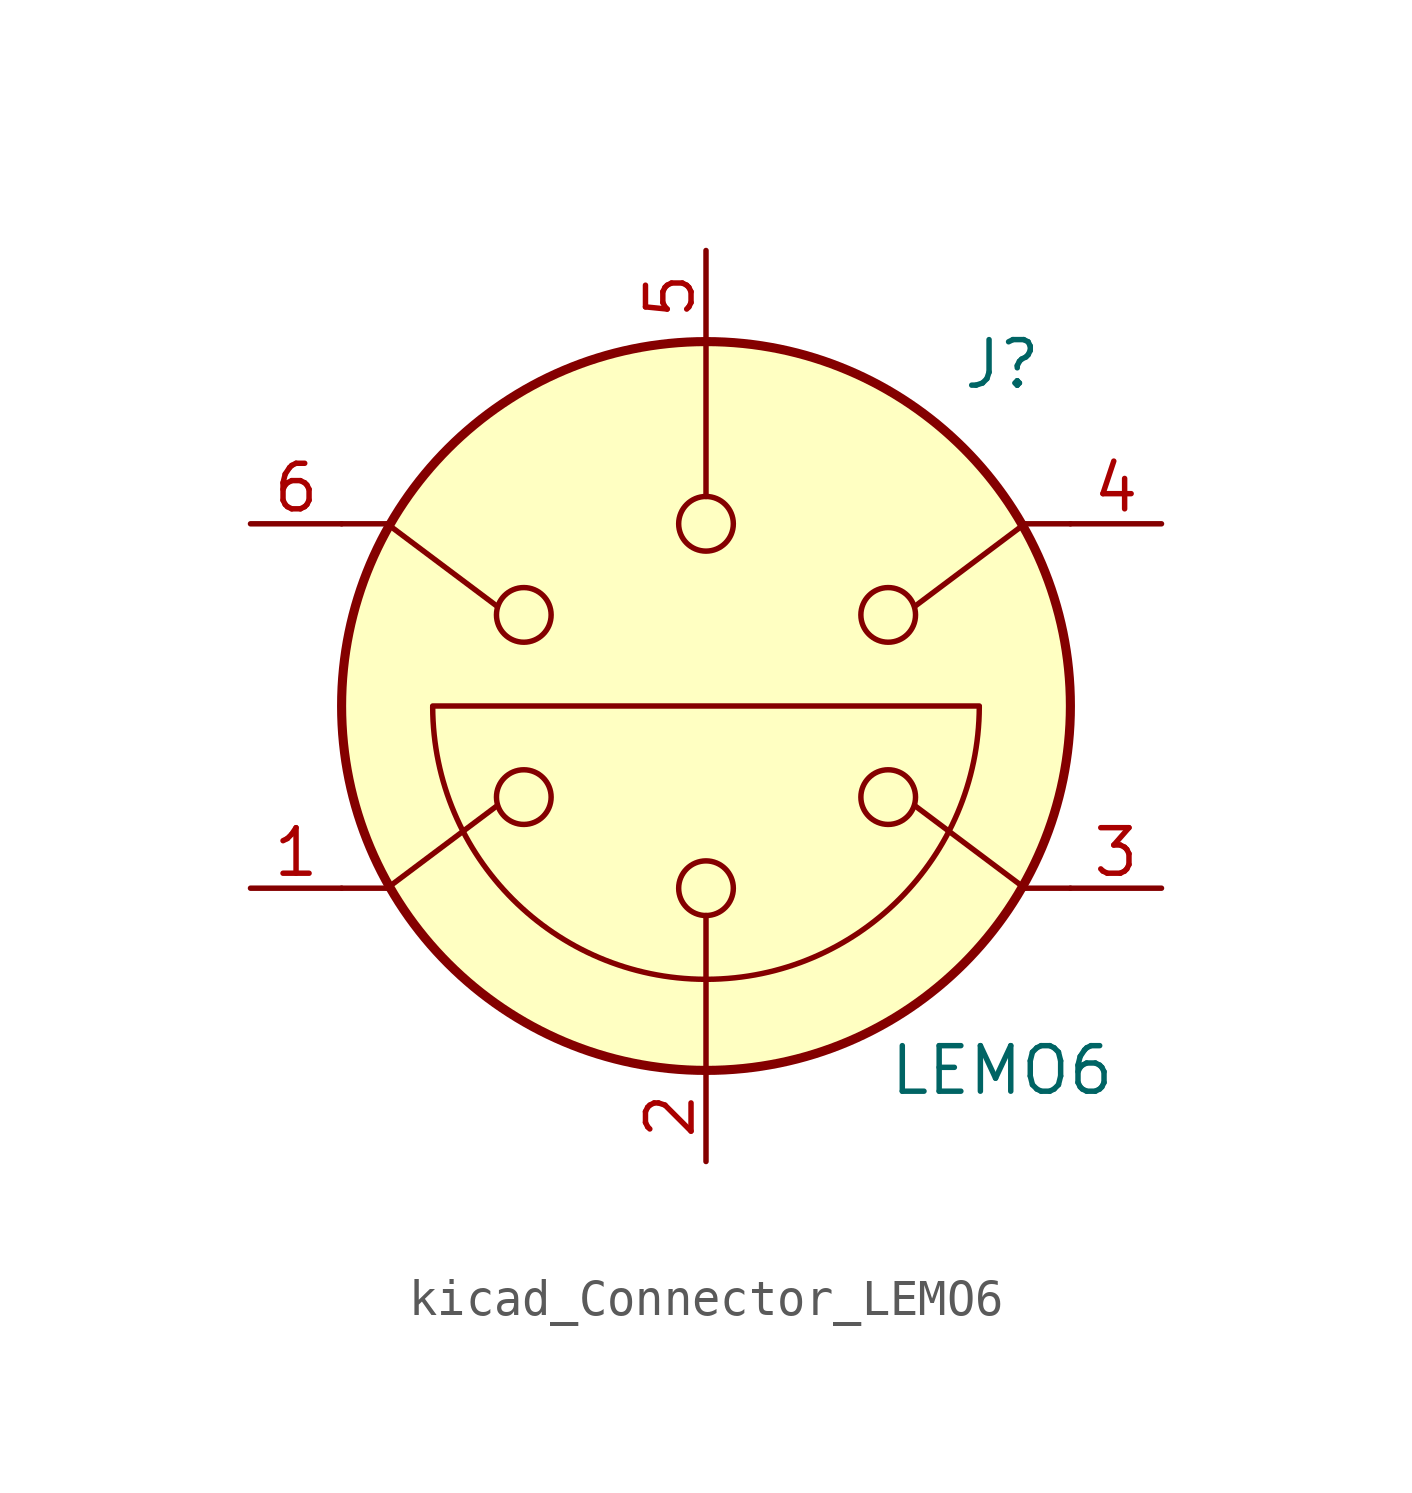
<source format=kicad_sym>
(kicad_symbol_lib
  (version 20220914)
  (generator kicad_symbol_editor)
  (symbol "kicad_Connector_LEMO6"
    (pin_names
      (offset 1.016) hide)
    (property "Reference" "J"
      (at 8.255 9.525 0)
      (effects (font (size 1.27 1.27))))
    (property "Value" "LEMO6"
      (at 8.255 -10.16 0)
      (effects (font (size 1.27 1.27))))
    (symbol "kicad_Connector_LEMO6_0_1"
      (arc (start -7.62 -0.0254) (mid -5.3882 -5.3882) (end -0.0254 -7.62) (stroke (width 0) (type default)) (fill (type none)))
      (circle (center -5.08 -2.54) (radius 0.762) (stroke (width 0) (type default)) (fill (type none)))
      (circle (center -5.08 2.54) (radius 0.762) (stroke (width 0) (type default)) (fill (type none)))
      (circle (center 0 -5.08) (radius 0.762) (stroke (width 0) (type default)) (fill (type none)))
      (polyline (pts (xy -10.16 5.08) (xy -8.89 5.08)) (stroke (width 0) (type default)) (fill (type none)))
      (polyline (pts (xy -8.89 -5.08) (xy -10.16 -5.08)) (stroke (width 0) (type default)) (fill (type none)))
      (polyline (pts (xy -8.89 -5.08) (xy -5.842 -2.794)) (stroke (width 0) (type default)) (fill (type none)))
      (polyline (pts (xy -8.89 5.08) (xy -5.842 2.794)) (stroke (width 0) (type default)) (fill (type none)))
      (polyline (pts (xy -7.62 0) (xy 7.62 0)) (stroke (width 0) (type default)) (fill (type none)))
      (polyline (pts (xy 0 -10.16) (xy 0 -5.842)) (stroke (width 0) (type default)) (fill (type none)))
      (polyline (pts (xy 0 10.16) (xy 0 5.842)) (stroke (width 0) (type default)) (fill (type none)))
      (polyline (pts (xy 8.89 -5.08) (xy 5.842 -2.794)) (stroke (width 0) (type default)) (fill (type none)))
      (polyline (pts (xy 8.89 -5.08) (xy 10.16 -5.08)) (stroke (width 0) (type default)) (fill (type none)))
      (polyline (pts (xy 8.89 5.08) (xy 5.842 2.794)) (stroke (width 0) (type default)) (fill (type none)))
      (polyline (pts (xy 10.16 5.08) (xy 8.89 5.08)) (stroke (width 0) (type default)) (fill (type none)))
      (circle (center 0 0) (radius 10.16) (stroke (width 0.254) (type default)) (fill (type background)))
      (circle (center 0 5.08) (radius 0.762) (stroke (width 0) (type default)) (fill (type none)))
      (arc (start 0.0254 -7.62) (mid 5.3882 -5.3882) (end 7.62 -0.0254) (stroke (width 0) (type default)) (fill (type none)))
      (circle (center 5.08 -2.54) (radius 0.762) (stroke (width 0) (type default)) (fill (type none)))
      (circle (center 5.08 2.54) (radius 0.762) (stroke (width 0) (type default)) (fill (type none))))
    (symbol "kicad_Connector_LEMO6_1_1"
      (pin passive line (at -12.7 -5.08 0) (length 2.54) (name "~" (effects (font (size 1.27 1.27)))) (number "1" (effects (font (size 1.27 1.27)))))
      (pin passive line (at 0 -12.7 90) (length 2.54) (name "~" (effects (font (size 1.27 1.27)))) (number "2" (effects (font (size 1.27 1.27)))))
      (pin passive line (at 12.7 -5.08 180) (length 2.54) (name "~" (effects (font (size 1.27 1.27)))) (number "3" (effects (font (size 1.27 1.27)))))
      (pin passive line (at 12.7 5.08 180) (length 2.54) (name "~" (effects (font (size 1.27 1.27)))) (number "4" (effects (font (size 1.27 1.27)))))
      (pin passive line (at 0 12.7 270) (length 2.54) (name "~" (effects (font (size 1.27 1.27)))) (number "5" (effects (font (size 1.27 1.27)))))
      (pin passive line (at -12.7 5.08 0) (length 2.54) (name "~" (effects (font (size 1.27 1.27)))) (number "6" (effects (font (size 1.27 1.27))))))))
</source>
